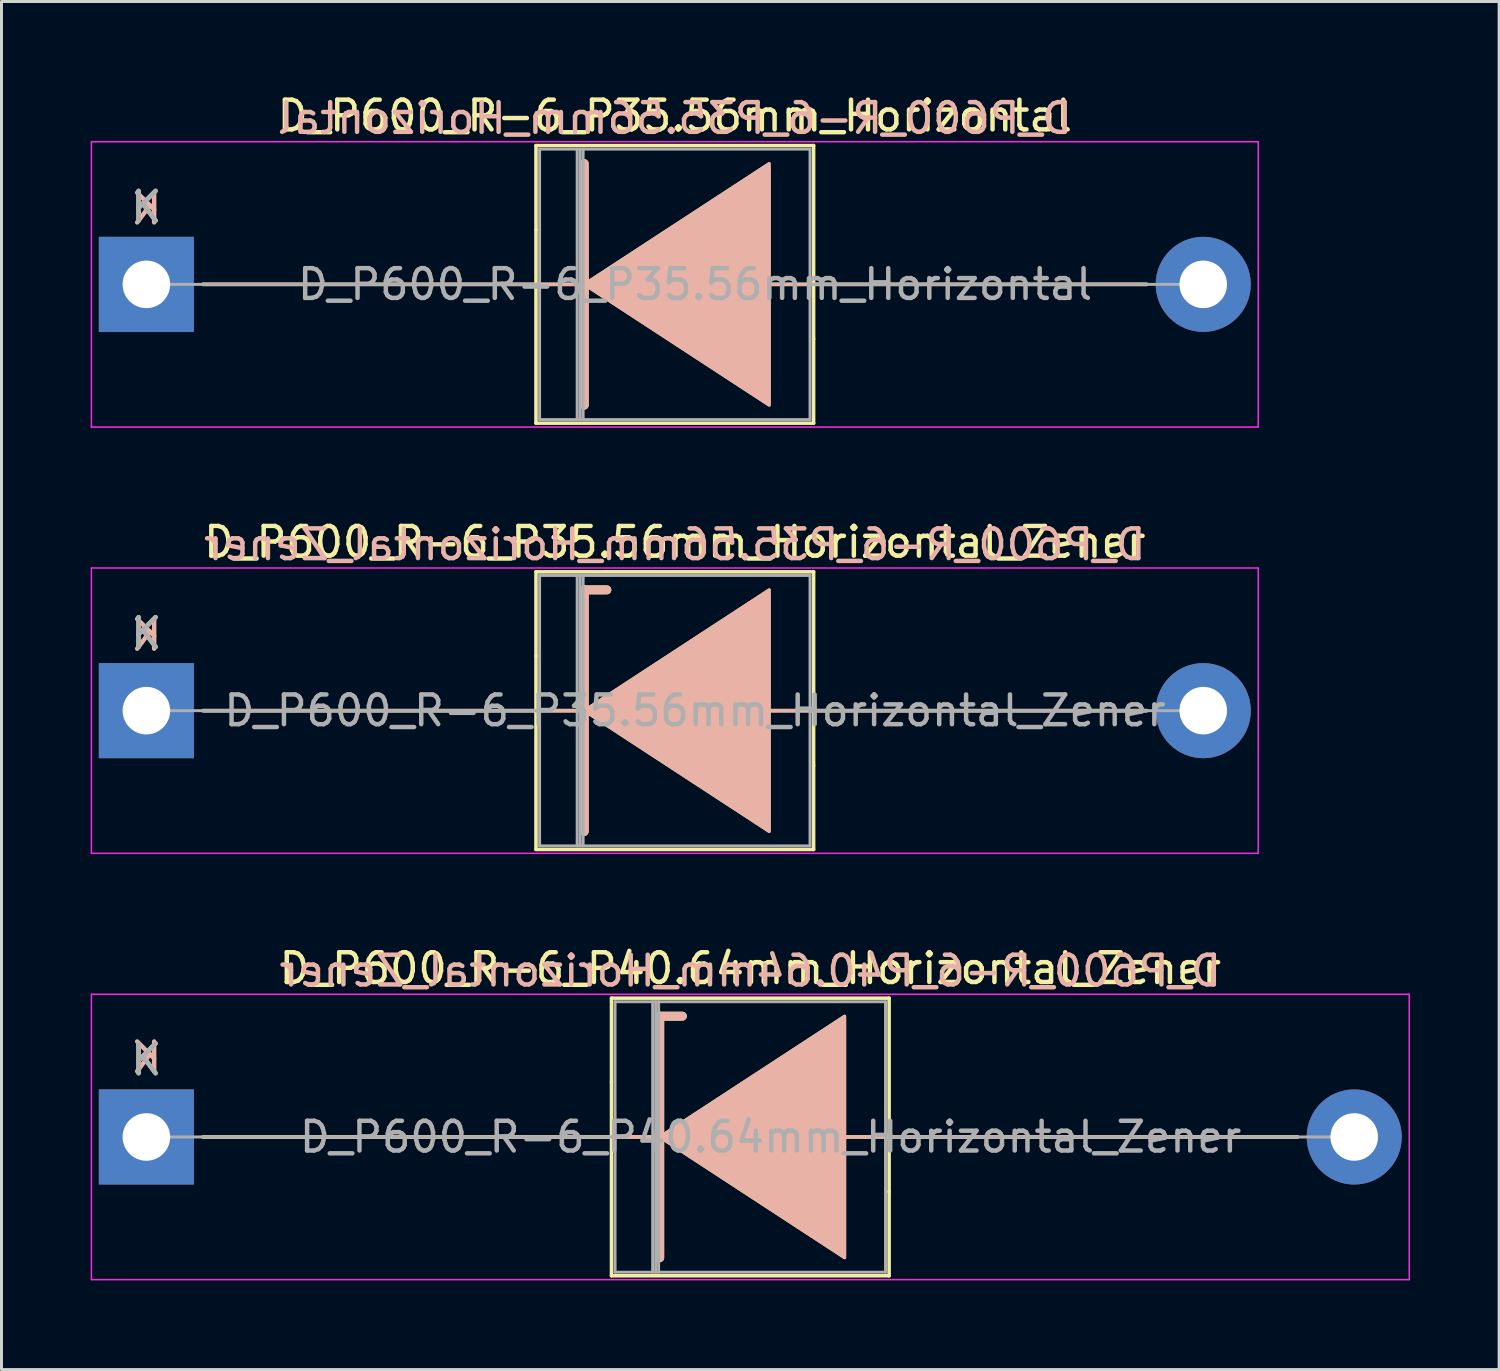
<source format=kicad_pcb>
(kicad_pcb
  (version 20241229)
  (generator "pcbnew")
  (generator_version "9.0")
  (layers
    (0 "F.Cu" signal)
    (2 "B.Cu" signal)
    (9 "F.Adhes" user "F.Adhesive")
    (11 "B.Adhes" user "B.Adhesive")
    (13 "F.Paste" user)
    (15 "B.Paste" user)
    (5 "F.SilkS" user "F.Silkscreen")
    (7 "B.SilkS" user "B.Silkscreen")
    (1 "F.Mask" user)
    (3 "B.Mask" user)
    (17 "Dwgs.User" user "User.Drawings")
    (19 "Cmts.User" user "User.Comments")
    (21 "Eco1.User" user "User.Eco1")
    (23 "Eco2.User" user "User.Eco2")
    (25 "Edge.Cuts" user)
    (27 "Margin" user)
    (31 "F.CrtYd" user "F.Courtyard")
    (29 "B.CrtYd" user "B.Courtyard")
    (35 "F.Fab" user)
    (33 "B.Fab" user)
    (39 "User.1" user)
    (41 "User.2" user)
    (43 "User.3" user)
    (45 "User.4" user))
  (footprint "D_P600_R-6_P35.56mm_Horizontal_Zener"
    (layer "F.Cu")
    (at 1.875 20.861)
    (property "Reference" "D_P600_R-6_P35.56mm_Horizontal_Zener" (at 17.78 -5.67 0) (layer "F.SilkS") (effects (font (size 1 1) (thickness 0.15))))
    (fp_line (start 13.11 -4.67) (end 22.45 -4.67) (stroke (width 0.12) (type solid)) (layer "F.SilkS"))
    (fp_line (start 13.11 -1.84) (end 13.11 -4.67) (stroke (width 0.12) (type solid)) (layer "F.SilkS"))
    (fp_line (start 13.11 -1.84) (end 13.11 4.67) (stroke (width 0.12) (type solid)) (layer "F.SilkS"))
    (fp_line (start 13.11 4.67) (end 22.45 4.67) (stroke (width 0.12) (type solid)) (layer "F.SilkS"))
    (fp_line (start 14.605 0) (end 1.905 0) (stroke (width 0.12) (type solid)) (layer "F.SilkS"))
    (fp_line (start 14.732 -4.064) (end 14.732 4.064) (stroke (width 0.3) (type solid)) (layer "F.SilkS"))
    (fp_line (start 14.732 -4.064) (end 15.494 -4.064) (stroke (width 0.3) (type solid)) (layer "F.SilkS"))
    (fp_line (start 20.828 0) (end 33.655 0) (stroke (width 0.12) (type solid)) (layer "F.SilkS"))
    (fp_line (start 22.45 -4.67) (end 22.45 1.84) (stroke (width 0.12) (type solid)) (layer "F.SilkS"))
    (fp_line (start 22.45 4.67) (end 22.45 1.84) (stroke (width 0.12) (type solid)) (layer "F.SilkS"))
    (fp_poly (pts (xy 20.955 4.064) (xy 14.732 0) (xy 20.955 -4.064)) (stroke (width 0.1) (type solid)) (fill yes) (layer "F.SilkS"))
    (fp_line (start 14.605 0) (end 1.905 0) (stroke (width 0.12) (type solid)) (layer "B.SilkS"))
    (fp_line (start 14.732 -4.064) (end 15.494 -4.064) (stroke (width 0.3) (type solid)) (layer "B.SilkS"))
    (fp_line (start 14.732 4.064) (end 14.732 -4.064) (stroke (width 0.3) (type solid)) (layer "B.SilkS"))
    (fp_line (start 20.828 0) (end 33.655 0) (stroke (width 0.12) (type solid)) (layer "B.SilkS"))
    (fp_poly (pts (xy 20.955 -4.064) (xy 14.732 0) (xy 20.955 4.064)) (stroke (width 0.1) (type solid)) (fill yes) (layer "B.SilkS"))
    (fp_line (start -1.85 -4.8) (end -1.85 4.8) (stroke (width 0.05) (type solid)) (layer "F.CrtYd"))
    (fp_line (start -1.85 4.8) (end 37.41 4.8) (stroke (width 0.05) (type solid)) (layer "F.CrtYd"))
    (fp_line (start 37.41 -4.8) (end -1.85 -4.8) (stroke (width 0.05) (type solid)) (layer "F.CrtYd"))
    (fp_line (start 37.41 4.8) (end 37.41 -4.8) (stroke (width 0.05) (type solid)) (layer "F.CrtYd"))
    (fp_line (start 0 0) (end 13.23 0) (stroke (width 0.1) (type solid)) (layer "F.Fab"))
    (fp_line (start 13.23 -4.55) (end 13.23 4.55) (stroke (width 0.1) (type solid)) (layer "F.Fab"))
    (fp_line (start 13.23 4.55) (end 22.33 4.55) (stroke (width 0.1) (type solid)) (layer "F.Fab"))
    (fp_line (start 14.495 -4.55) (end 14.495 4.55) (stroke (width 0.1) (type solid)) (layer "F.Fab"))
    (fp_line (start 14.595 -4.55) (end 14.595 4.55) (stroke (width 0.1) (type solid)) (layer "F.Fab"))
    (fp_line (start 14.695 -4.55) (end 14.695 4.55) (stroke (width 0.1) (type solid)) (layer "F.Fab"))
    (fp_line (start 22.33 -4.55) (end 13.23 -4.55) (stroke (width 0.1) (type solid)) (layer "F.Fab"))
    (fp_line (start 22.33 4.55) (end 22.33 -4.55) (stroke (width 0.1) (type solid)) (layer "F.Fab"))
    (fp_line (start 35.56 0) (end 22.33 0) (stroke (width 0.1) (type solid)) (layer "F.Fab"))
    (fp_text user "K" (at 0 -2.6 0) (layer "F.SilkS") (effects (font (size 1 1) (thickness 0.15))))
    (fp_text user "${REFERENCE}" (at 17.78 -5.588 0) (layer "B.SilkS") (effects (font (size 1 1) (thickness 0.15)) (justify mirror)))
    (fp_text user "K" (at 0 -2.54 0) (layer "B.SilkS") (effects (font (size 1 1) (thickness 0.15)) (justify mirror)))
    (fp_text user "${REFERENCE}" (at 18.462 0 0) (layer "F.Fab") (effects (font (size 1 1) (thickness 0.15))))
    (fp_text user "K" (at 0 -2.6 0) (layer "F.Fab") (effects (font (size 1 1) (thickness 0.15))))
    (pad "1" thru_hole rect (at 0 0) (size 3.2 3.2) (drill 1.6) (layers "*.Cu" "*.Mask"))
    (pad "2" thru_hole oval (at 35.56 0) (size 3.2 3.2) (drill 1.6) (layers "*.Cu" "*.Mask")))
  (footprint "D_P600_R-6_P40.64mm_Horizontal_Zener"
    (layer "F.Cu")
    (at 1.875 35.205)
    (property "Reference" "D_P600_R-6_P40.64mm_Horizontal_Zener" (at 20.32 -5.67 0) (layer "F.SilkS") (effects (font (size 1 1) (thickness 0.15))))
    (fp_line (start 15.65 -4.67) (end 24.99 -4.67) (stroke (width 0.12) (type solid)) (layer "F.SilkS"))
    (fp_line (start 15.65 -1.84) (end 15.65 -4.67) (stroke (width 0.12) (type solid)) (layer "F.SilkS"))
    (fp_line (start 15.65 -1.84) (end 15.65 4.67) (stroke (width 0.12) (type solid)) (layer "F.SilkS"))
    (fp_line (start 15.65 4.67) (end 24.99 4.67) (stroke (width 0.12) (type solid)) (layer "F.SilkS"))
    (fp_line (start 17.145 0) (end 1.905 0) (stroke (width 0.12) (type solid)) (layer "F.SilkS"))
    (fp_line (start 17.272 -4.064) (end 17.272 4.064) (stroke (width 0.3) (type solid)) (layer "F.SilkS"))
    (fp_line (start 17.272 -4.064) (end 18.034 -4.064) (stroke (width 0.3) (type solid)) (layer "F.SilkS"))
    (fp_line (start 23.368 0) (end 38.735 0) (stroke (width 0.12) (type solid)) (layer "F.SilkS"))
    (fp_line (start 24.99 -4.67) (end 24.99 1.84) (stroke (width 0.12) (type solid)) (layer "F.SilkS"))
    (fp_line (start 24.99 4.67) (end 24.99 1.84) (stroke (width 0.12) (type solid)) (layer "F.SilkS"))
    (fp_poly (pts (xy 23.495 4.064) (xy 17.272 0) (xy 23.495 -4.064)) (stroke (width 0.1) (type solid)) (fill yes) (layer "F.SilkS"))
    (fp_line (start 17.145 0) (end 1.905 0) (stroke (width 0.12) (type solid)) (layer "B.SilkS"))
    (fp_line (start 17.272 -4.064) (end 18.034 -4.064) (stroke (width 0.3) (type solid)) (layer "B.SilkS"))
    (fp_line (start 17.272 4.064) (end 17.272 -4.064) (stroke (width 0.3) (type solid)) (layer "B.SilkS"))
    (fp_line (start 23.368 0) (end 38.735 0) (stroke (width 0.12) (type solid)) (layer "B.SilkS"))
    (fp_poly (pts (xy 23.495 -4.064) (xy 17.272 0) (xy 23.495 4.064)) (stroke (width 0.1) (type solid)) (fill yes) (layer "B.SilkS"))
    (fp_line (start -1.85 -4.8) (end -1.85 4.8) (stroke (width 0.05) (type solid)) (layer "F.CrtYd"))
    (fp_line (start -1.85 4.8) (end 42.49 4.8) (stroke (width 0.05) (type solid)) (layer "F.CrtYd"))
    (fp_line (start 42.49 -4.8) (end -1.85 -4.8) (stroke (width 0.05) (type solid)) (layer "F.CrtYd"))
    (fp_line (start 42.49 4.8) (end 42.49 -4.8) (stroke (width 0.05) (type solid)) (layer "F.CrtYd"))
    (fp_line (start 0 0) (end 15.77 0) (stroke (width 0.1) (type solid)) (layer "F.Fab"))
    (fp_line (start 15.77 -4.55) (end 15.77 4.55) (stroke (width 0.1) (type solid)) (layer "F.Fab"))
    (fp_line (start 15.77 4.55) (end 24.87 4.55) (stroke (width 0.1) (type solid)) (layer "F.Fab"))
    (fp_line (start 17.035 -4.55) (end 17.035 4.55) (stroke (width 0.1) (type solid)) (layer "F.Fab"))
    (fp_line (start 17.135 -4.55) (end 17.135 4.55) (stroke (width 0.1) (type solid)) (layer "F.Fab"))
    (fp_line (start 17.235 -4.55) (end 17.235 4.55) (stroke (width 0.1) (type solid)) (layer "F.Fab"))
    (fp_line (start 24.87 -4.55) (end 15.77 -4.55) (stroke (width 0.1) (type solid)) (layer "F.Fab"))
    (fp_line (start 24.87 4.55) (end 24.87 -4.55) (stroke (width 0.1) (type solid)) (layer "F.Fab"))
    (fp_line (start 40.64 0) (end 24.87 0) (stroke (width 0.1) (type solid)) (layer "F.Fab"))
    (fp_text user "K" (at 0 -2.6 0) (layer "F.SilkS") (effects (font (size 1 1) (thickness 0.15))))
    (fp_text user "K" (at 0 -2.667 0) (layer "B.SilkS") (effects (font (size 1 1) (thickness 0.15)) (justify mirror)))
    (fp_text user "${REFERENCE}" (at 20.32 -5.588 0) (layer "B.SilkS") (effects (font (size 1 1) (thickness 0.15)) (justify mirror)))
    (fp_text user "${REFERENCE}" (at 21.003 0 0) (layer "F.Fab") (effects (font (size 1 1) (thickness 0.15))))
    (fp_text user "K" (at 0 -2.6 0) (layer "F.Fab") (effects (font (size 1 1) (thickness 0.15))))
    (pad "1" thru_hole rect (at 0 0) (size 3.2 3.2) (drill 1.6) (layers "*.Cu" "*.Mask"))
    (pad "2" thru_hole oval (at 40.64 0) (size 3.2 3.2) (drill 1.6) (layers "*.Cu" "*.Mask")))
  (footprint "D_P600_R-6_P35.56mm_Horizontal"
    (layer "F.Cu")
    (at 1.875 6.518)
    (property "Reference" "D_P600_R-6_P35.56mm_Horizontal" (at 17.78 -5.67 0) (layer "F.SilkS") (effects (font (size 1 1) (thickness 0.15))))
    (fp_line (start 13.11 -4.67) (end 22.45 -4.67) (stroke (width 0.12) (type solid)) (layer "F.SilkS"))
    (fp_line (start 13.11 -1.84) (end 13.11 -4.67) (stroke (width 0.12) (type solid)) (layer "F.SilkS"))
    (fp_line (start 13.11 -1.84) (end 13.11 4.67) (stroke (width 0.12) (type solid)) (layer "F.SilkS"))
    (fp_line (start 13.11 4.67) (end 22.45 4.67) (stroke (width 0.12) (type solid)) (layer "F.SilkS"))
    (fp_line (start 14.605 0) (end 1.905 0) (stroke (width 0.12) (type solid)) (layer "F.SilkS"))
    (fp_line (start 14.732 -4.064) (end 14.732 4.064) (stroke (width 0.3) (type solid)) (layer "F.SilkS"))
    (fp_line (start 20.828 0) (end 33.655 0) (stroke (width 0.12) (type solid)) (layer "F.SilkS"))
    (fp_line (start 22.45 -4.67) (end 22.45 1.84) (stroke (width 0.12) (type solid)) (layer "F.SilkS"))
    (fp_line (start 22.45 4.67) (end 22.45 1.84) (stroke (width 0.12) (type solid)) (layer "F.SilkS"))
    (fp_poly (pts (xy 20.955 4.064) (xy 14.732 0) (xy 20.955 -4.064)) (stroke (width 0.1) (type solid)) (fill yes) (layer "F.SilkS"))
    (fp_line (start 14.605 0) (end 1.905 0) (stroke (width 0.12) (type solid)) (layer "B.SilkS"))
    (fp_line (start 14.732 4.064) (end 14.732 -4.064) (stroke (width 0.3) (type solid)) (layer "B.SilkS"))
    (fp_line (start 20.828 0) (end 33.655 0) (stroke (width 0.12) (type solid)) (layer "B.SilkS"))
    (fp_poly (pts (xy 20.955 -4.064) (xy 14.732 0) (xy 20.955 4.064)) (stroke (width 0.1) (type solid)) (fill yes) (layer "B.SilkS"))
    (fp_line (start -1.85 -4.8) (end -1.85 4.8) (stroke (width 0.05) (type solid)) (layer "F.CrtYd"))
    (fp_line (start -1.85 4.8) (end 37.41 4.8) (stroke (width 0.05) (type solid)) (layer "F.CrtYd"))
    (fp_line (start 37.41 -4.8) (end -1.85 -4.8) (stroke (width 0.05) (type solid)) (layer "F.CrtYd"))
    (fp_line (start 37.41 4.8) (end 37.41 -4.8) (stroke (width 0.05) (type solid)) (layer "F.CrtYd"))
    (fp_line (start 0 0) (end 13.23 0) (stroke (width 0.1) (type solid)) (layer "F.Fab"))
    (fp_line (start 13.23 -4.55) (end 13.23 4.55) (stroke (width 0.1) (type solid)) (layer "F.Fab"))
    (fp_line (start 13.23 4.55) (end 22.33 4.55) (stroke (width 0.1) (type solid)) (layer "F.Fab"))
    (fp_line (start 14.495 -4.55) (end 14.495 4.55) (stroke (width 0.1) (type solid)) (layer "F.Fab"))
    (fp_line (start 14.595 -4.55) (end 14.595 4.55) (stroke (width 0.1) (type solid)) (layer "F.Fab"))
    (fp_line (start 14.695 -4.55) (end 14.695 4.55) (stroke (width 0.1) (type solid)) (layer "F.Fab"))
    (fp_line (start 22.33 -4.55) (end 13.23 -4.55) (stroke (width 0.1) (type solid)) (layer "F.Fab"))
    (fp_line (start 22.33 4.55) (end 22.33 -4.55) (stroke (width 0.1) (type solid)) (layer "F.Fab"))
    (fp_line (start 35.56 0) (end 22.33 0) (stroke (width 0.1) (type solid)) (layer "F.Fab"))
    (fp_text user "K" (at 0 -2.6 0) (layer "F.SilkS") (effects (font (size 1 1) (thickness 0.15))))
    (fp_text user "K" (at 0 -2.54 0) (layer "B.SilkS") (effects (font (size 1 1) (thickness 0.15)) (justify mirror)))
    (fp_text user "${REFERENCE}" (at 17.78 -5.588 0) (layer "B.SilkS") (effects (font (size 1 1) (thickness 0.15)) (justify mirror)))
    (fp_text user "${REFERENCE}" (at 18.462 0 0) (layer "F.Fab") (effects (font (size 1 1) (thickness 0.15))))
    (fp_text user "K" (at 0 -2.6 0) (layer "F.Fab") (effects (font (size 1 1) (thickness 0.15))))
    (pad "1" thru_hole rect (at 0 0) (size 3.2 3.2) (drill 1.6) (layers "*.Cu" "*.Mask"))
    (pad "2" thru_hole oval (at 35.56 0) (size 3.2 3.2) (drill 1.6) (layers "*.Cu" "*.Mask")))
  (gr_rect
    (start -3 -3)
    (end 47.39 43.03)
    (stroke (width 0.1) (type default))
    (fill no)
    (layer "Edge.Cuts")))
</source>
